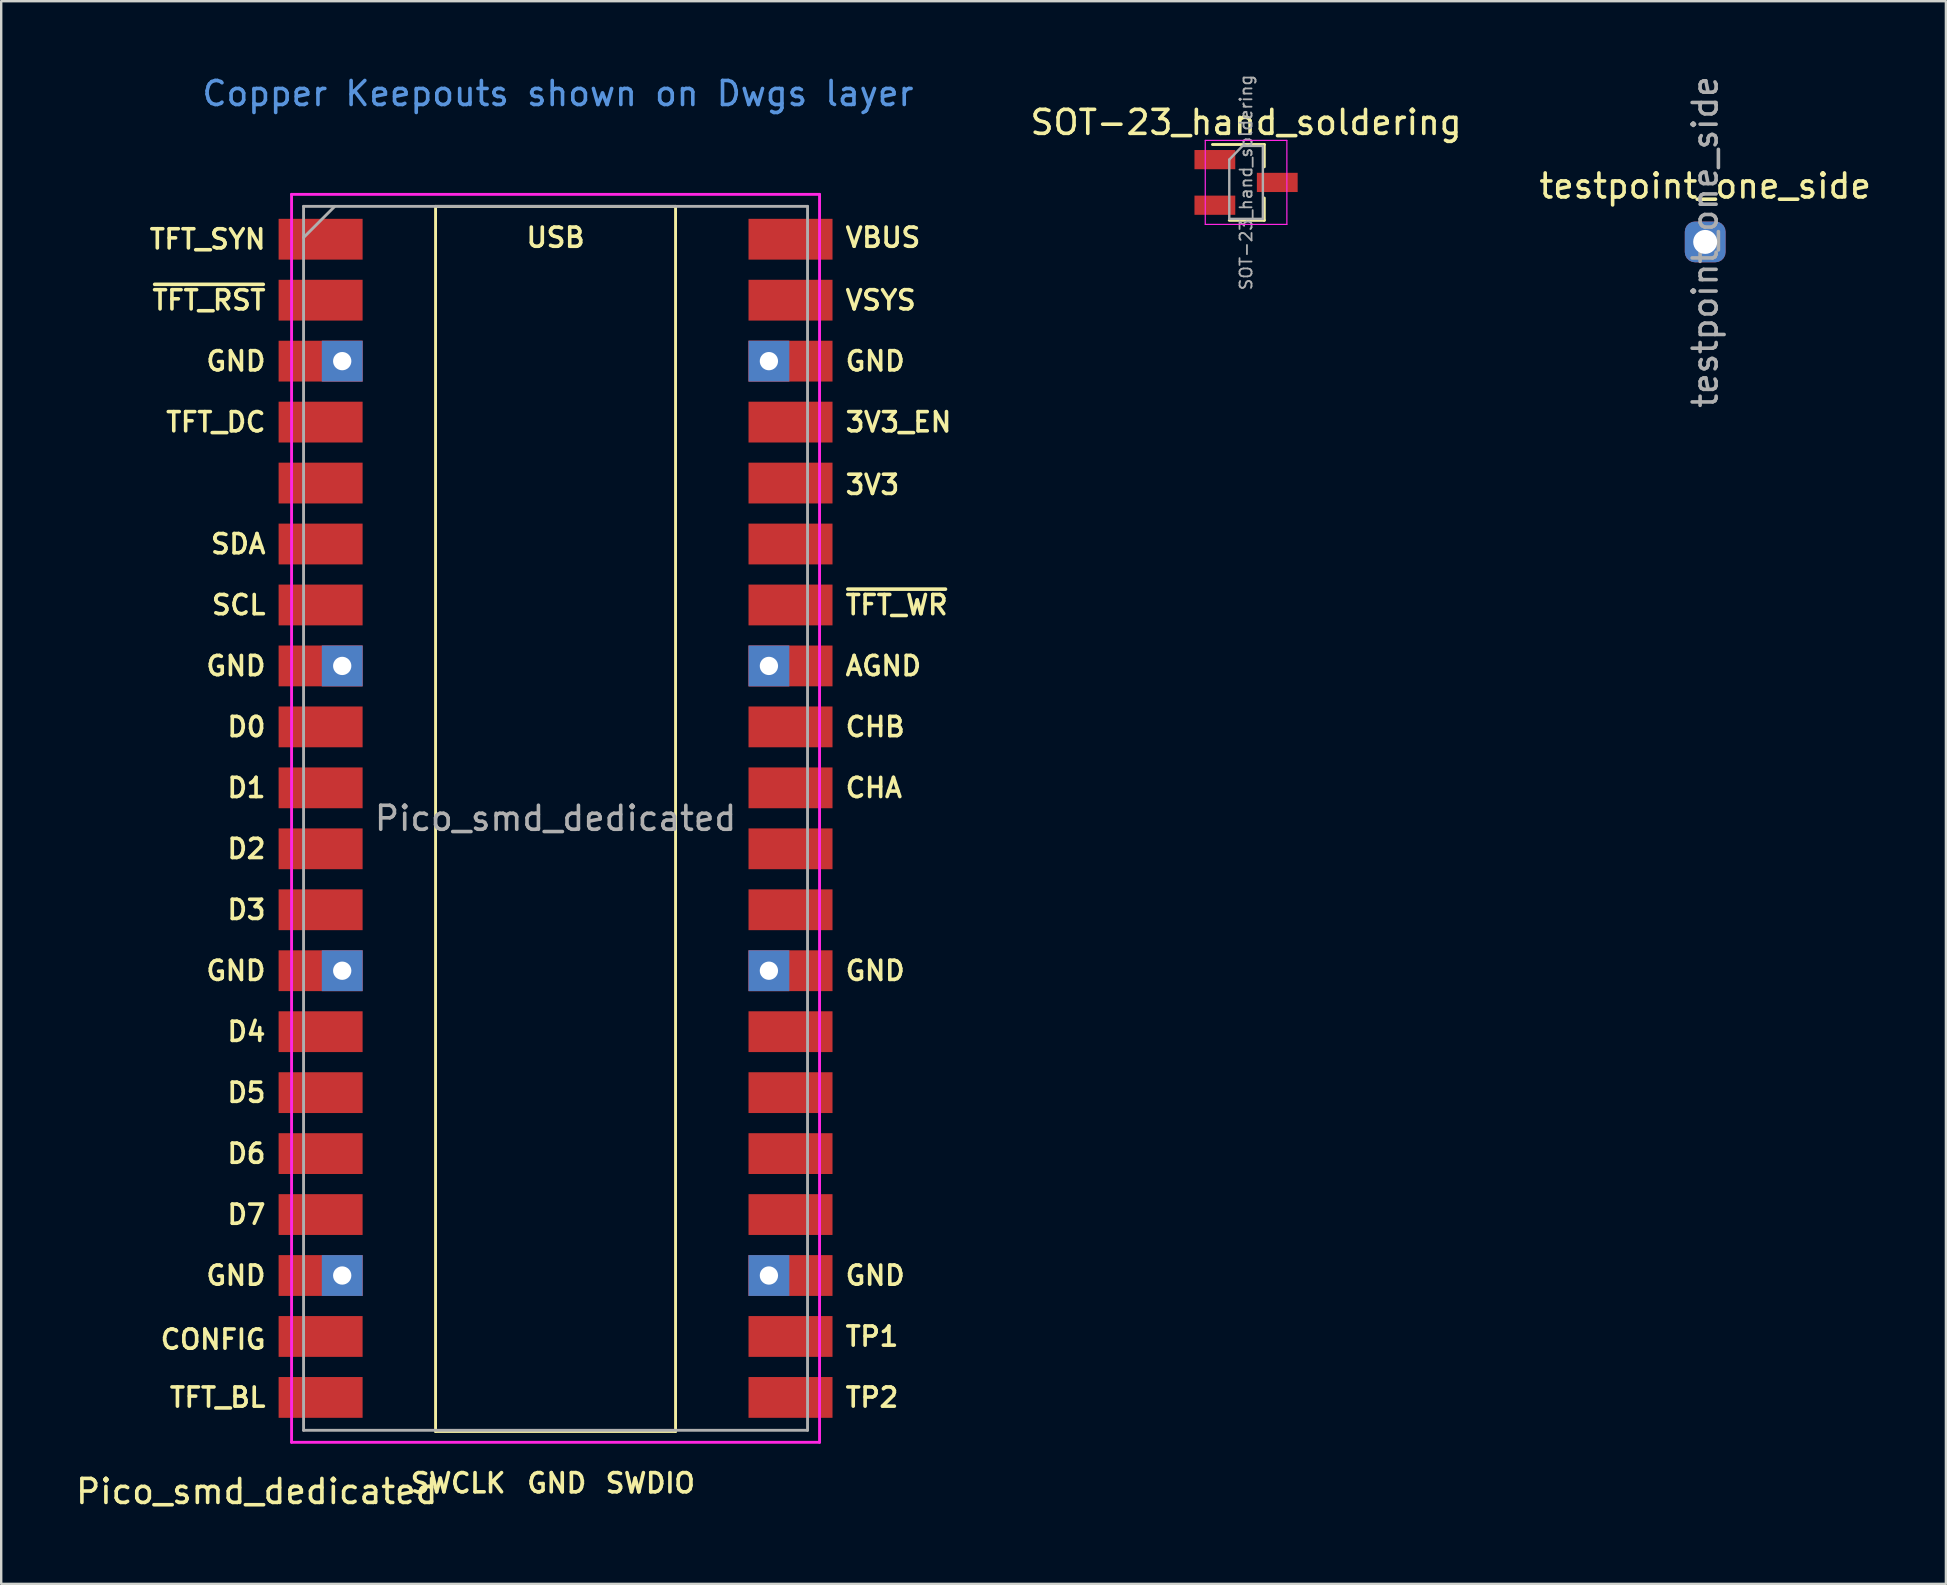
<source format=kicad_pcb>
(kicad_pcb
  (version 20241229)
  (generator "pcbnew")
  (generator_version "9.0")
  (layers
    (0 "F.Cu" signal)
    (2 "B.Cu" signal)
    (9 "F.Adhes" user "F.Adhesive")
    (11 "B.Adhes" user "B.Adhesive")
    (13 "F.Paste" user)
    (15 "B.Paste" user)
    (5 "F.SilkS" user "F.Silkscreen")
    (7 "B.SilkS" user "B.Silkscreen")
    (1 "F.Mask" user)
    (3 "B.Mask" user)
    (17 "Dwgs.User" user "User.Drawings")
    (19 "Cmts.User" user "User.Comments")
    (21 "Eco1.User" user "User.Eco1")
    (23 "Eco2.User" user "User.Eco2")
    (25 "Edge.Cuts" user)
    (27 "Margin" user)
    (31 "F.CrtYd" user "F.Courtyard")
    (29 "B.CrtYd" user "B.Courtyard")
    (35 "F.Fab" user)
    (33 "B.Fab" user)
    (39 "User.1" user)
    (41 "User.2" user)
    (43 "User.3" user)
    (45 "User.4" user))
  (footprint "testpoint_one_side"
    (layer "F.Cu")
    (at 68.002 7.03)
    (property "Reference" "testpoint_one_side" (at 0 -2.33 0) (layer "F.SilkS") (effects (font (size 1 1) (thickness 0.15))))
    (attr through_hole)
    (fp_text user "${REFERENCE}" (at 0 0 90) (layer "F.Fab") (effects (font (size 1 1) (thickness 0.15))))
    (pad "1" thru_hole roundrect (at 0 0) (size 1.7 1.7) (drill 1) (layers "*.Cu" "F.Mask") (roundrect_rratio 0.25)))
  (footprint "SOT-23_hand_soldering"
    (layer "F.Cu")
    (at 48.871 4.551)
    (property "Reference" "SOT-23_hand_soldering" (at 0 -2.5 0) (layer "F.SilkS") (effects (font (size 1 1) (thickness 0.15))))
    (attr smd)
    (fp_line (start 0.76 -1.58) (end -1.4 -1.58) (stroke (width 0.12) (type solid)) (layer "F.SilkS"))
    (fp_line (start 0.76 -1.58) (end 0.76 -0.65) (stroke (width 0.12) (type solid)) (layer "F.SilkS"))
    (fp_line (start 0.76 1.58) (end -0.7 1.58) (stroke (width 0.12) (type solid)) (layer "F.SilkS"))
    (fp_line (start 0.76 1.58) (end 0.76 0.65) (stroke (width 0.12) (type solid)) (layer "F.SilkS"))
    (fp_line (start -1.7 -1.75) (end 1.7 -1.75) (stroke (width 0.05) (type solid)) (layer "F.CrtYd"))
    (fp_line (start -1.7 1.75) (end -1.7 -1.75) (stroke (width 0.05) (type solid)) (layer "F.CrtYd"))
    (fp_line (start 1.7 -1.75) (end 1.7 1.75) (stroke (width 0.05) (type solid)) (layer "F.CrtYd"))
    (fp_line (start 1.7 1.75) (end -1.7 1.75) (stroke (width 0.05) (type solid)) (layer "F.CrtYd"))
    (fp_line (start -0.7 -0.95) (end -0.7 1.5) (stroke (width 0.1) (type solid)) (layer "F.Fab"))
    (fp_line (start -0.7 -0.95) (end -0.15 -1.52) (stroke (width 0.1) (type solid)) (layer "F.Fab"))
    (fp_line (start -0.7 1.52) (end 0.7 1.52) (stroke (width 0.1) (type solid)) (layer "F.Fab"))
    (fp_line (start -0.15 -1.52) (end 0.7 -1.52) (stroke (width 0.1) (type solid)) (layer "F.Fab"))
    (fp_line (start 0.7 -1.52) (end 0.7 1.52) (stroke (width 0.1) (type solid)) (layer "F.Fab"))
    (fp_text user "${REFERENCE}" (at 0 0 90) (layer "F.Fab") (effects (font (size 0.5 0.5) (thickness 0.075))))
    (pad "1" smd rect (at -1.3 -0.95) (size 1.7 0.8) (layers "F.Cu" "F.Mask" "F.Paste"))
    (pad "2" smd rect (at -1.3 0.95) (size 1.7 0.8) (layers "F.Cu" "F.Mask" "F.Paste"))
    (pad "3" smd rect (at 1.3 0) (size 1.7 0.8) (layers "F.Cu" "F.Mask" "F.Paste")))
  (footprint "Pico_smd_dedicated"
    (layer "F.Cu")
    (at 20.099 31.048)
    (property "Reference" "Pico_smd_dedicated" (at -12.45 28.05 0) (layer "F.SilkS") (effects (font (size 1 1) (thickness 0.15))))
    (attr through_hole)
    (fp_line (start -5 -25.5) (end -5 25.55) (stroke (width 0.12) (type solid)) (layer "F.SilkS"))
    (fp_line (start -5 -25.5) (end 5 -25.5) (stroke (width 0.12) (type solid)) (layer "F.SilkS"))
    (fp_line (start -5 25.55) (end 5 25.55) (stroke (width 0.12) (type solid)) (layer "F.SilkS"))
    (fp_line (start 5 25.55) (end 5 -25.5) (stroke (width 0.12) (type solid)) (layer "F.SilkS"))
    (fp_line (start -11 -26) (end 11 -26) (stroke (width 0.12) (type solid)) (layer "F.CrtYd"))
    (fp_line (start -11 26) (end -11 -26) (stroke (width 0.12) (type solid)) (layer "F.CrtYd"))
    (fp_line (start 11 -26) (end 11 26) (stroke (width 0.12) (type solid)) (layer "F.CrtYd"))
    (fp_line (start 11 26) (end -11 26) (stroke (width 0.12) (type solid)) (layer "F.CrtYd"))
    (fp_line (start -10.5 -25.5) (end 10.5 -25.5) (stroke (width 0.12) (type solid)) (layer "F.Fab"))
    (fp_line (start -10.5 -24.2) (end -9.2 -25.5) (stroke (width 0.12) (type solid)) (layer "F.Fab"))
    (fp_line (start -10.5 25.5) (end -10.5 -25.5) (stroke (width 0.12) (type solid)) (layer "F.Fab"))
    (fp_line (start 10.5 -25.5) (end 10.5 25.5) (stroke (width 0.12) (type solid)) (layer "F.Fab"))
    (fp_line (start 10.5 25.5) (end -10.5 25.5) (stroke (width 0.12) (type solid)) (layer "F.Fab"))
    (fp_text user "D5" (at -12 11.43 0) (layer "F.SilkS") (effects (font (size 0.8 0.8) (thickness 0.15)) (justify right)))
    (fp_text user "SWDIO" (at 2 27.7 0) (layer "F.SilkS") (effects (font (size 0.8 0.8) (thickness 0.15)) (justify left)))
    (fp_text user "3V3" (at 12 -13.9 0) (layer "F.SilkS") (effects (font (size 0.8 0.8) (thickness 0.15)) (justify left)))
    (fp_text user "SDA" (at -12 -11.43 0) (layer "F.SilkS") (effects (font (size 0.8 0.8) (thickness 0.15)) (justify right)))
    (fp_text user "D7" (at -12 16.51 0) (layer "F.SilkS") (effects (font (size 0.8 0.8) (thickness 0.15)) (justify right)))
    (fp_text user "GND" (at 0.05 27.7 0) (layer "F.SilkS") (effects (font (size 0.8 0.8) (thickness 0.15))))
    (fp_text user "D6" (at -12 13.97 0) (layer "F.SilkS") (effects (font (size 0.8 0.8) (thickness 0.15)) (justify right)))
    (fp_text user "~{TFT_RST}" (at -12 -21.59 0) (layer "F.SilkS") (effects (font (size 0.8 0.8) (thickness 0.15)) (justify right)))
    (fp_text user "TP1" (at 12 21.59 0) (layer "F.SilkS") (effects (font (size 0.8 0.8) (thickness 0.15)) (justify left)))
    (fp_text user "D3" (at -12 3.81 0) (layer "F.SilkS") (effects (font (size 0.8 0.8) (thickness 0.15)) (justify right)))
    (fp_text user "CONFIG" (at -12 21.717 0) (layer "F.SilkS") (effects (font (size 0.8 0.8) (thickness 0.15)) (justify right)))
    (fp_text user "GND" (at -12 6.35 0) (layer "F.SilkS") (effects (font (size 0.8 0.8) (thickness 0.15)) (justify right)))
    (fp_text user "D2" (at -12 1.27 0) (layer "F.SilkS") (effects (font (size 0.8 0.8) (thickness 0.15)) (justify right)))
    (fp_text user "TFT_DC" (at -12 -16.51 0) (layer "F.SilkS") (effects (font (size 0.8 0.8) (thickness 0.15)) (justify right)))
    (fp_text user "TP2" (at 12 24.13 0) (layer "F.SilkS") (effects (font (size 0.8 0.8) (thickness 0.15)) (justify left)))
    (fp_text user "USB" (at 0 -24.2 0) (layer "F.SilkS") (effects (font (size 0.8 0.8) (thickness 0.15))))
    (fp_text user "CHB" (at 12 -3.81 0) (layer "F.SilkS") (effects (font (size 0.8 0.8) (thickness 0.15)) (justify left)))
    (fp_text user "D0" (at -12 -3.81 0) (layer "F.SilkS") (effects (font (size 0.8 0.8) (thickness 0.15)) (justify right)))
    (fp_text user "GND" (at 12 -19.05 0) (layer "F.SilkS") (effects (font (size 0.8 0.8) (thickness 0.15)) (justify left)))
    (fp_text user "SWCLK" (at -2 27.7 0) (layer "F.SilkS") (effects (font (size 0.8 0.8) (thickness 0.15)) (justify right)))
    (fp_text user "D1" (at -12 -1.27 0) (layer "F.SilkS") (effects (font (size 0.8 0.8) (thickness 0.15)) (justify right)))
    (fp_text user "TFT_SYN" (at -12 -24.13 0) (layer "F.SilkS") (effects (font (size 0.8 0.8) (thickness 0.15)) (justify right)))
    (fp_text user "GND" (at 12 19.05 0) (layer "F.SilkS") (effects (font (size 0.8 0.8) (thickness 0.15)) (justify left)))
    (fp_text user "GND" (at -12 -19.05 0) (layer "F.SilkS") (effects (font (size 0.8 0.8) (thickness 0.15)) (justify right)))
    (fp_text user "VSYS" (at 12 -21.59 0) (layer "F.SilkS") (effects (font (size 0.8 0.8) (thickness 0.15)) (justify left)))
    (fp_text user "GND" (at -12 19.05 0) (layer "F.SilkS") (effects (font (size 0.8 0.8) (thickness 0.15)) (justify right)))
    (fp_text user "SCL" (at -12 -8.89 0) (layer "F.SilkS") (effects (font (size 0.8 0.8) (thickness 0.15)) (justify right)))
    (fp_text user "CHA" (at 12 -1.27 0) (layer "F.SilkS") (effects (font (size 0.8 0.8) (thickness 0.15)) (justify left)))
    (fp_text user "GND" (at 12 6.35 0) (layer "F.SilkS") (effects (font (size 0.8 0.8) (thickness 0.15)) (justify left)))
    (fp_text user "GND" (at -12 -6.35 0) (layer "F.SilkS") (effects (font (size 0.8 0.8) (thickness 0.15)) (justify right)))
    (fp_text user "D4" (at -12 8.89 0) (layer "F.SilkS") (effects (font (size 0.8 0.8) (thickness 0.15)) (justify right)))
    (fp_text user "3V3_EN" (at 12 -16.51 0) (layer "F.SilkS") (effects (font (size 0.8 0.8) (thickness 0.15)) (justify left)))
    (fp_text user "~{TFT_WR}" (at 12 -8.89 0) (layer "F.SilkS") (effects (font (size 0.8 0.8) (thickness 0.15)) (justify left)))
    (fp_text user "VBUS" (at 12 -24.2 0) (layer "F.SilkS") (effects (font (size 0.8 0.8) (thickness 0.15)) (justify left)))
    (fp_text user "AGND" (at 12 -6.35 0) (layer "F.SilkS") (effects (font (size 0.8 0.8) (thickness 0.15)) (justify left)))
    (fp_text user "TFT_BL" (at -12 24.13 0) (layer "F.SilkS") (effects (font (size 0.8 0.8) (thickness 0.15)) (justify right)))
    (fp_text user "Copper Keepouts shown on Dwgs layer" (at 0.1 -30.2 0) (layer "Cmts.User") (effects (font (size 1 1) (thickness 0.15))))
    (fp_text user "${REFERENCE}" (at 0 0 180) (layer "F.Fab") (effects (font (size 1 1) (thickness 0.15))))
    (pad "1" smd rect (at -8.89 -24.13) (size 3.5 1.7) (drill (offset -0.9 0)) (layers "F.Cu" "F.Mask" "F.Paste"))
    (pad "2" smd rect (at -8.89 -21.59) (size 3.5 1.7) (drill (offset -0.9 0)) (layers "F.Cu" "F.Mask" "F.Paste"))
    (pad "3" thru_hole rect (at -8.89 -19.05) (size 1.7 1.7) (drill 0.762) (layers "*.Cu" "F.Mask"))
    (pad "3" smd rect (at -8.89 -19.05) (size 3.5 1.7) (drill (offset -0.9 0)) (layers "F.Cu" "F.Mask" "F.Paste"))
    (pad "4" smd rect (at -8.89 -16.51) (size 3.5 1.7) (drill (offset -0.9 0)) (layers "F.Cu" "F.Mask" "F.Paste"))
    (pad "5" smd rect (at -8.89 -13.97) (size 3.5 1.7) (drill (offset -0.9 0)) (layers "F.Cu" "F.Mask" "F.Paste"))
    (pad "6" smd rect (at -8.89 -11.43) (size 3.5 1.7) (drill (offset -0.9 0)) (layers "F.Cu" "F.Mask" "F.Paste"))
    (pad "7" smd rect (at -8.89 -8.89) (size 3.5 1.7) (drill (offset -0.9 0)) (layers "F.Cu" "F.Mask" "F.Paste"))
    (pad "8" thru_hole rect (at -8.89 -6.35) (size 1.7 1.7) (drill 0.762) (layers "*.Cu" "F.Mask"))
    (pad "8" smd rect (at -8.89 -6.35) (size 3.5 1.7) (drill (offset -0.9 0)) (layers "F.Cu" "F.Mask" "F.Paste"))
    (pad "9" smd rect (at -8.89 -3.81) (size 3.5 1.7) (drill (offset -0.9 0)) (layers "F.Cu" "F.Mask" "F.Paste"))
    (pad "10" smd rect (at -8.89 -1.27) (size 3.5 1.7) (drill (offset -0.9 0)) (layers "F.Cu" "F.Mask" "F.Paste"))
    (pad "11" smd rect (at -8.89 1.27) (size 3.5 1.7) (drill (offset -0.9 0)) (layers "F.Cu" "F.Mask" "F.Paste"))
    (pad "12" smd rect (at -8.89 3.81) (size 3.5 1.7) (drill (offset -0.9 0)) (layers "F.Cu" "F.Mask" "F.Paste"))
    (pad "13" thru_hole rect (at -8.89 6.35) (size 1.7 1.7) (drill 0.762) (layers "*.Cu" "F.Mask"))
    (pad "13" smd rect (at -8.89 6.35) (size 3.5 1.7) (drill (offset -0.9 0)) (layers "F.Cu" "F.Mask" "F.Paste"))
    (pad "14" smd rect (at -8.89 8.89) (size 3.5 1.7) (drill (offset -0.9 0)) (layers "F.Cu" "F.Mask" "F.Paste"))
    (pad "15" smd rect (at -8.89 11.43) (size 3.5 1.7) (drill (offset -0.9 0)) (layers "F.Cu" "F.Mask" "F.Paste"))
    (pad "16" smd rect (at -8.89 13.97) (size 3.5 1.7) (drill (offset -0.9 0)) (layers "F.Cu" "F.Mask" "F.Paste"))
    (pad "17" smd rect (at -8.89 16.51) (size 3.5 1.7) (drill (offset -0.9 0)) (layers "F.Cu" "F.Mask" "F.Paste"))
    (pad "18" thru_hole rect (at -8.89 19.05) (size 1.7 1.7) (drill 0.762) (layers "*.Cu" "F.Mask"))
    (pad "18" smd rect (at -8.89 19.05) (size 3.5 1.7) (drill (offset -0.9 0)) (layers "F.Cu" "F.Mask" "F.Paste"))
    (pad "19" smd rect (at -8.89 21.59) (size 3.5 1.7) (drill (offset -0.9 0)) (layers "F.Cu" "F.Mask" "F.Paste"))
    (pad "20" smd rect (at -8.89 24.13) (size 3.5 1.7) (drill (offset -0.9 0)) (layers "F.Cu" "F.Mask" "F.Paste"))
    (pad "21" smd rect (at 8.89 24.13) (size 3.5 1.7) (drill (offset 0.9 0)) (layers "F.Cu" "F.Mask" "F.Paste"))
    (pad "22" smd rect (at 8.89 21.59) (size 3.5 1.7) (drill (offset 0.9 0)) (layers "F.Cu" "F.Mask" "F.Paste"))
    (pad "23" thru_hole rect (at 8.89 19.05) (size 1.7 1.7) (drill 0.762) (layers "*.Cu" "F.Mask"))
    (pad "23" smd rect (at 8.89 19.05) (size 3.5 1.7) (drill (offset 0.9 0)) (layers "F.Cu" "F.Mask" "F.Paste"))
    (pad "24" smd rect (at 8.89 16.51) (size 3.5 1.7) (drill (offset 0.9 0)) (layers "F.Cu" "F.Mask" "F.Paste"))
    (pad "25" smd rect (at 8.89 13.97) (size 3.5 1.7) (drill (offset 0.9 0)) (layers "F.Cu" "F.Mask" "F.Paste"))
    (pad "26" smd rect (at 8.89 11.43) (size 3.5 1.7) (drill (offset 0.9 0)) (layers "F.Cu" "F.Mask" "F.Paste"))
    (pad "27" smd rect (at 8.89 8.89) (size 3.5 1.7) (drill (offset 0.9 0)) (layers "F.Cu" "F.Mask" "F.Paste"))
    (pad "28" thru_hole rect (at 8.89 6.35) (size 1.7 1.7) (drill 0.762) (layers "*.Cu" "F.Mask"))
    (pad "28" smd rect (at 8.89 6.35) (size 3.5 1.7) (drill (offset 0.9 0)) (layers "F.Cu" "F.Mask" "F.Paste"))
    (pad "29" smd rect (at 8.89 3.81) (size 3.5 1.7) (drill (offset 0.9 0)) (layers "F.Cu" "F.Mask" "F.Paste"))
    (pad "30" smd rect (at 8.89 1.27) (size 3.5 1.7) (drill (offset 0.9 0)) (layers "F.Cu" "F.Mask" "F.Paste"))
    (pad "31" smd rect (at 8.89 -1.27) (size 3.5 1.7) (drill (offset 0.9 0)) (layers "F.Cu" "F.Mask" "F.Paste"))
    (pad "32" smd rect (at 8.89 -3.81) (size 3.5 1.7) (drill (offset 0.9 0)) (layers "F.Cu" "F.Mask" "F.Paste"))
    (pad "33" thru_hole rect (at 8.89 -6.35) (size 1.7 1.7) (drill 0.762) (layers "*.Cu" "F.Mask"))
    (pad "33" smd rect (at 8.89 -6.35) (size 3.5 1.7) (drill (offset 0.9 0)) (layers "F.Cu" "F.Mask" "F.Paste"))
    (pad "34" smd rect (at 8.89 -8.89) (size 3.5 1.7) (drill (offset 0.9 0)) (layers "F.Cu" "F.Mask" "F.Paste"))
    (pad "35" smd rect (at 8.89 -11.43) (size 3.5 1.7) (drill (offset 0.9 0)) (layers "F.Cu" "F.Mask" "F.Paste"))
    (pad "36" smd rect (at 8.89 -13.97) (size 3.5 1.7) (drill (offset 0.9 0)) (layers "F.Cu" "F.Mask" "F.Paste"))
    (pad "37" smd rect (at 8.89 -16.51) (size 3.5 1.7) (drill (offset 0.9 0)) (layers "F.Cu" "F.Mask" "F.Paste"))
    (pad "38" thru_hole rect (at 8.89 -19.05) (size 1.7 1.7) (drill 0.762) (layers "*.Cu" "F.Mask"))
    (pad "38" smd rect (at 8.89 -19.05) (size 3.5 1.7) (drill (offset 0.9 0)) (layers "F.Cu" "F.Mask" "F.Paste"))
    (pad "39" smd rect (at 8.89 -21.59) (size 3.5 1.7) (drill (offset 0.9 0)) (layers "F.Cu" "F.Mask" "F.Paste"))
    (pad "40" smd rect (at 8.89 -24.13) (size 3.5 1.7) (drill (offset 0.9 0)) (layers "F.Cu" "F.Mask" "F.Paste")))
  (gr_rect
    (start -3 -3)
    (end 78.032 62.947)
    (stroke (width 0.1) (type default))
    (fill no)
    (layer "Edge.Cuts")))
</source>
